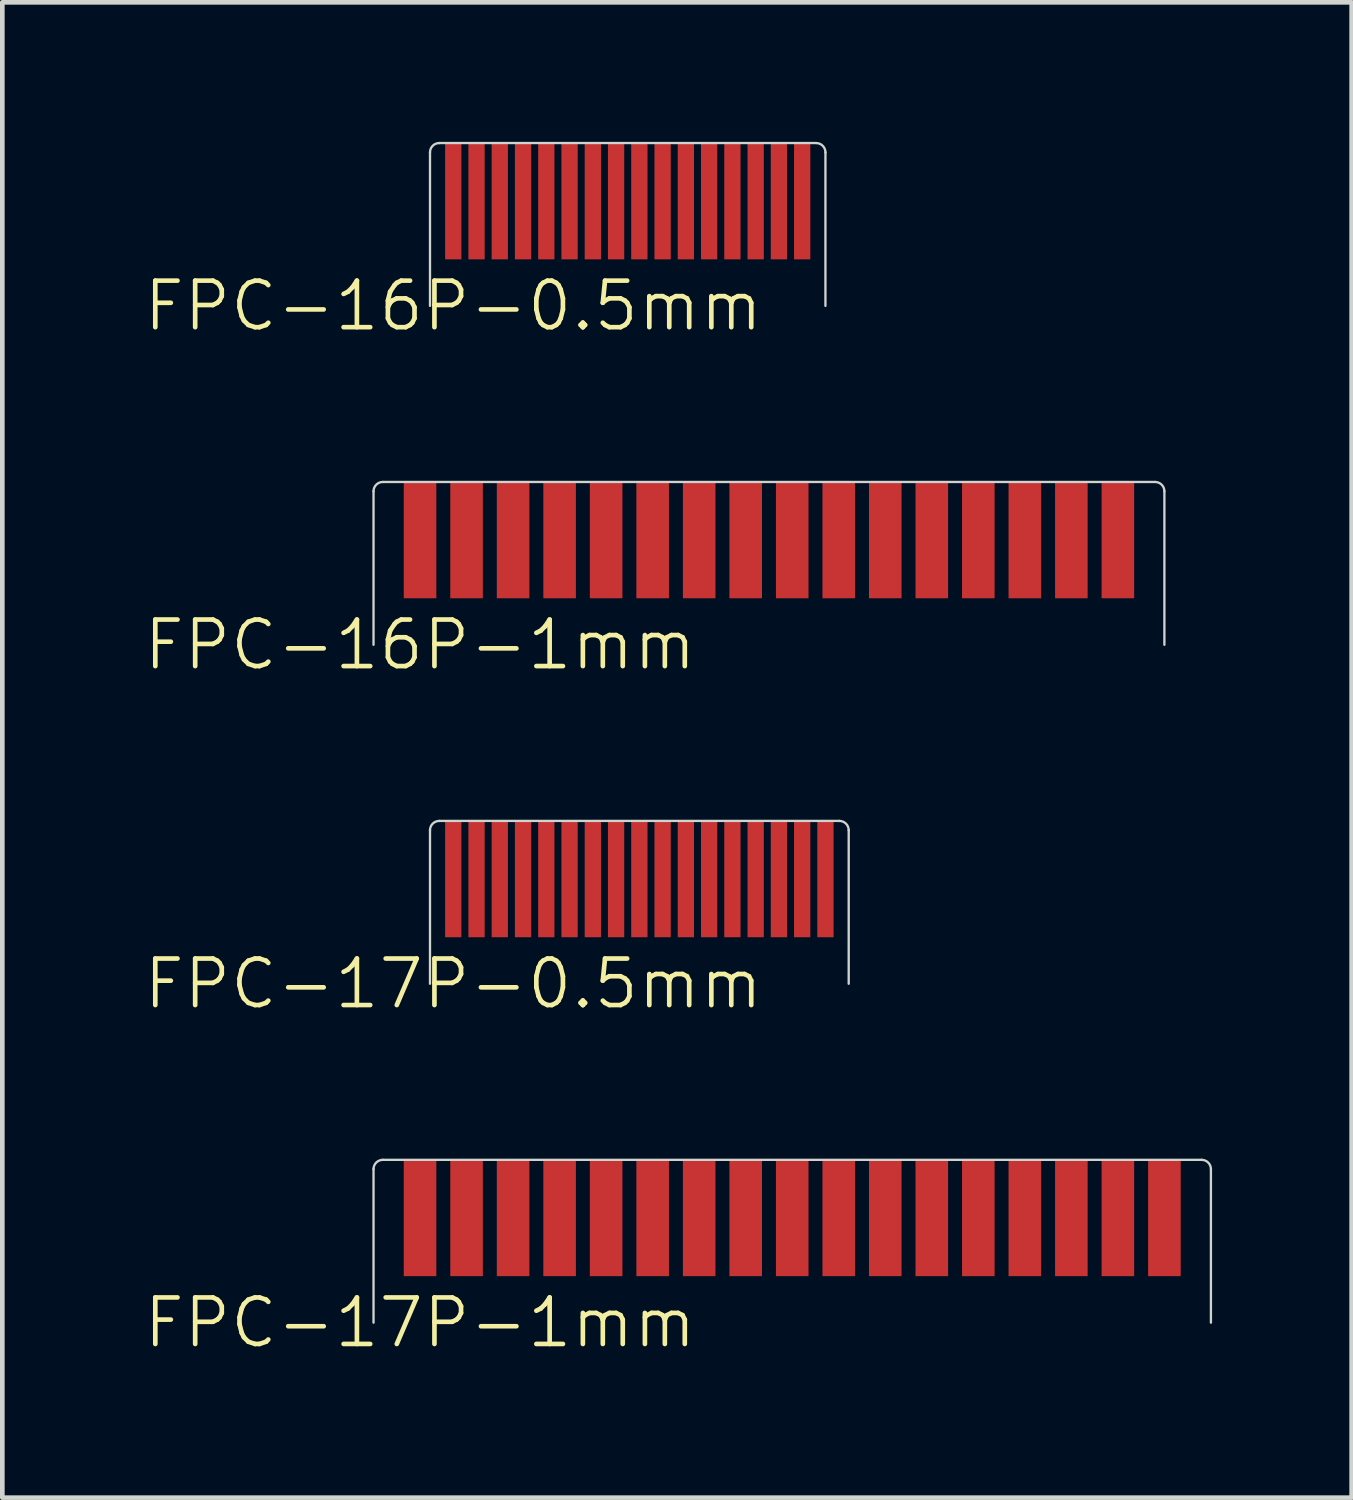
<source format=kicad_pcb>
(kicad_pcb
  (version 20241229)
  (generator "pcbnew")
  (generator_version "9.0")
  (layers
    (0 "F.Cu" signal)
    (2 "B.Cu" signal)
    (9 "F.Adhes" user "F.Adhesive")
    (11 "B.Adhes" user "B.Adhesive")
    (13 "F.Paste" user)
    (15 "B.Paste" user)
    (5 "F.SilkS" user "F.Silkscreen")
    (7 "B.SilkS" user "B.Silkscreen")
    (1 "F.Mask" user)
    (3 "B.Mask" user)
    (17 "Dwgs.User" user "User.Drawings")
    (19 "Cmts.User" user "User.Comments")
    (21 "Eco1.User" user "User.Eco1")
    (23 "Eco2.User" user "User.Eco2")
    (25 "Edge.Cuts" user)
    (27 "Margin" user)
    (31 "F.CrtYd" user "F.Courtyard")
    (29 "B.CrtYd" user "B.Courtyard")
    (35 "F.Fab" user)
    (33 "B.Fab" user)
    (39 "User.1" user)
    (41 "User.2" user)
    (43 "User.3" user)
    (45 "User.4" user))
  (footprint "FPC-17P-0.5mm"
    (layer "F.Cu")
    (at 6.693 15.846)
    (property "Reference" "FPC-17P-0.5mm" (at 0 2.25 0) (unlocked yes) (layer "F.SilkS") (effects (font (size 1 1) (thickness 0.1))))
    (attr smd)
    (fp_line (start -0.5 2.25) (end -0.5 -1.05) (stroke (width 0.05) (type default)) (layer "Edge.Cuts"))
    (fp_line (start -0.3 -1.25) (end 8.3 -1.25) (stroke (width 0.05) (type default)) (layer "Edge.Cuts"))
    (fp_line (start 8.5 2.25) (end 8.5 -1.05) (stroke (width 0.05) (type default)) (layer "Edge.Cuts"))
    (fp_arc (start -0.5 -1.05) (mid -0.441421 -1.191421) (end -0.3 -1.25) (stroke (width 0.05) (type default)) (layer "Edge.Cuts"))
    (fp_arc (start 8.3 -1.25) (mid 8.441421 -1.191421) (end 8.5 -1.05) (stroke (width 0.05) (type default)) (layer "Edge.Cuts"))
    (fp_line (start -0.5 2.25) (end -0.5 -1.05) (stroke (width 0.05) (type default)) (layer "User.1"))
    (fp_line (start -0.5 2.25) (end 8.5 2.25) (stroke (width 0.05) (type default)) (layer "User.1"))
    (fp_line (start -0.3 -1.25) (end 8.3 -1.25) (stroke (width 0.05) (type default)) (layer "User.1"))
    (fp_line (start 8.5 2.25) (end 8.5 -1.05) (stroke (width 0.05) (type default)) (layer "User.1"))
    (fp_arc (start -0.5 -1.05) (mid -0.441421 -1.191421) (end -0.3 -1.25) (stroke (width 0.05) (type default)) (layer "User.1"))
    (fp_arc (start 8.3 -1.25) (mid 8.441421 -1.191421) (end 8.5 -1.05) (stroke (width 0.05) (type default)) (layer "User.1"))
    (pad "1" smd rect (at 0 0 90) (size 2.5 0.35) (layers "F.Cu" "F.Mask" "F.Paste"))
    (pad "2" smd rect (at 0.5 0 90) (size 2.5 0.35) (layers "F.Cu" "F.Mask" "F.Paste"))
    (pad "3" smd rect (at 1 0 90) (size 2.5 0.35) (layers "F.Cu" "F.Mask" "F.Paste"))
    (pad "4" smd rect (at 1.5 0 90) (size 2.5 0.35) (layers "F.Cu" "F.Mask" "F.Paste"))
    (pad "5" smd rect (at 2 0 90) (size 2.5 0.35) (layers "F.Cu" "F.Mask" "F.Paste"))
    (pad "6" smd rect (at 2.5 0 90) (size 2.5 0.35) (layers "F.Cu" "F.Mask" "F.Paste"))
    (pad "7" smd rect (at 3 0 90) (size 2.5 0.35) (layers "F.Cu" "F.Mask" "F.Paste"))
    (pad "8" smd rect (at 3.5 0 90) (size 2.5 0.35) (layers "F.Cu" "F.Mask" "F.Paste"))
    (pad "9" smd rect (at 4 0 90) (size 2.5 0.35) (layers "F.Cu" "F.Mask" "F.Paste"))
    (pad "10" smd rect (at 4.5 0 90) (size 2.5 0.35) (layers "F.Cu" "F.Mask" "F.Paste"))
    (pad "11" smd rect (at 5 0 90) (size 2.5 0.35) (layers "F.Cu" "F.Mask" "F.Paste"))
    (pad "12" smd rect (at 5.5 0 90) (size 2.5 0.35) (layers "F.Cu" "F.Mask" "F.Paste"))
    (pad "13" smd rect (at 6 0 90) (size 2.5 0.35) (layers "F.Cu" "F.Mask" "F.Paste"))
    (pad "14" smd rect (at 6.5 0 90) (size 2.5 0.35) (layers "F.Cu" "F.Mask" "F.Paste"))
    (pad "15" smd rect (at 7 0 90) (size 2.5 0.35) (layers "F.Cu" "F.Mask" "F.Paste"))
    (pad "16" smd rect (at 7.5 0 90) (size 2.5 0.35) (layers "F.Cu" "F.Mask" "F.Paste"))
    (pad "17" smd rect (at 8 0 90) (size 2.5 0.35) (layers "F.Cu" "F.Mask" "F.Paste")))
  (footprint "FPC-16P-0.5mm"
    (layer "F.Cu")
    (at 6.693 1.275)
    (property "Reference" "FPC-16P-0.5mm" (at 0 2.25 0) (unlocked yes) (layer "F.SilkS") (effects (font (size 1 1) (thickness 0.1))))
    (attr smd)
    (fp_line (start -0.5 2.25) (end -0.5 -1.05) (stroke (width 0.05) (type default)) (layer "Edge.Cuts"))
    (fp_line (start -0.3 -1.25) (end 7.8 -1.25) (stroke (width 0.05) (type default)) (layer "Edge.Cuts"))
    (fp_line (start 8 2.25) (end 8 -1.05) (stroke (width 0.05) (type default)) (layer "Edge.Cuts"))
    (fp_arc (start -0.5 -1.05) (mid -0.441421 -1.191421) (end -0.3 -1.25) (stroke (width 0.05) (type default)) (layer "Edge.Cuts"))
    (fp_arc (start 7.8 -1.25) (mid 7.941421 -1.191421) (end 8 -1.05) (stroke (width 0.05) (type default)) (layer "Edge.Cuts"))
    (fp_line (start -0.5 2.25) (end -0.5 -1.05) (stroke (width 0.05) (type default)) (layer "User.1"))
    (fp_line (start -0.5 2.25) (end 8 2.25) (stroke (width 0.05) (type default)) (layer "User.1"))
    (fp_line (start -0.3 -1.25) (end 7.8 -1.25) (stroke (width 0.05) (type default)) (layer "User.1"))
    (fp_line (start 8 2.25) (end 8 -1.05) (stroke (width 0.05) (type default)) (layer "User.1"))
    (fp_arc (start -0.5 -1.05) (mid -0.441421 -1.191421) (end -0.3 -1.25) (stroke (width 0.05) (type default)) (layer "User.1"))
    (fp_arc (start 7.8 -1.25) (mid 7.941421 -1.191421) (end 8 -1.05) (stroke (width 0.05) (type default)) (layer "User.1"))
    (pad "1" smd rect (at 0 0 90) (size 2.5 0.35) (layers "F.Cu" "F.Mask" "F.Paste"))
    (pad "2" smd rect (at 0.5 0 90) (size 2.5 0.35) (layers "F.Cu" "F.Mask" "F.Paste"))
    (pad "3" smd rect (at 1 0 90) (size 2.5 0.35) (layers "F.Cu" "F.Mask" "F.Paste"))
    (pad "4" smd rect (at 1.5 0 90) (size 2.5 0.35) (layers "F.Cu" "F.Mask" "F.Paste"))
    (pad "5" smd rect (at 2 0 90) (size 2.5 0.35) (layers "F.Cu" "F.Mask" "F.Paste"))
    (pad "6" smd rect (at 2.5 0 90) (size 2.5 0.35) (layers "F.Cu" "F.Mask" "F.Paste"))
    (pad "7" smd rect (at 3 0 90) (size 2.5 0.35) (layers "F.Cu" "F.Mask" "F.Paste"))
    (pad "8" smd rect (at 3.5 0 90) (size 2.5 0.35) (layers "F.Cu" "F.Mask" "F.Paste"))
    (pad "9" smd rect (at 4 0 90) (size 2.5 0.35) (layers "F.Cu" "F.Mask" "F.Paste"))
    (pad "10" smd rect (at 4.5 0 90) (size 2.5 0.35) (layers "F.Cu" "F.Mask" "F.Paste"))
    (pad "11" smd rect (at 5 0 90) (size 2.5 0.35) (layers "F.Cu" "F.Mask" "F.Paste"))
    (pad "12" smd rect (at 5.5 0 90) (size 2.5 0.35) (layers "F.Cu" "F.Mask" "F.Paste"))
    (pad "13" smd rect (at 6 0 90) (size 2.5 0.35) (layers "F.Cu" "F.Mask" "F.Paste"))
    (pad "14" smd rect (at 6.5 0 90) (size 2.5 0.35) (layers "F.Cu" "F.Mask" "F.Paste"))
    (pad "15" smd rect (at 7 0 90) (size 2.5 0.35) (layers "F.Cu" "F.Mask" "F.Paste"))
    (pad "16" smd rect (at 7.5 0 90) (size 2.5 0.35) (layers "F.Cu" "F.Mask" "F.Paste")))
  (footprint "FPC-16P-1mm"
    (layer "F.Cu")
    (at 5.979 8.56)
    (property "Reference" "FPC-16P-1mm" (at 0 2.25 0) (unlocked yes) (layer "F.SilkS") (effects (font (size 1 1) (thickness 0.1))))
    (attr smd)
    (fp_line (start -1 2.25) (end -1 -1.05) (stroke (width 0.05) (type default)) (layer "Edge.Cuts"))
    (fp_line (start -0.8 -1.25) (end 15.8 -1.25) (stroke (width 0.05) (type default)) (layer "Edge.Cuts"))
    (fp_line (start 16 2.25) (end 16 -1.05) (stroke (width 0.05) (type default)) (layer "Edge.Cuts"))
    (fp_arc (start -1 -1.05) (mid -0.941421 -1.191421) (end -0.8 -1.25) (stroke (width 0.05) (type default)) (layer "Edge.Cuts"))
    (fp_arc (start 15.8 -1.25) (mid 15.941421 -1.191421) (end 16 -1.05) (stroke (width 0.05) (type default)) (layer "Edge.Cuts"))
    (fp_line (start -1 2.25) (end -1 -1.05) (stroke (width 0.05) (type default)) (layer "User.1"))
    (fp_line (start -1 2.25) (end 16 2.25) (stroke (width 0.05) (type default)) (layer "User.1"))
    (fp_line (start -0.8 -1.25) (end 15.8 -1.25) (stroke (width 0.05) (type default)) (layer "User.1"))
    (fp_line (start 16 2.25) (end 16 -1.05) (stroke (width 0.05) (type default)) (layer "User.1"))
    (fp_arc (start -1 -1.05) (mid -0.941421 -1.191421) (end -0.8 -1.25) (stroke (width 0.05) (type default)) (layer "User.1"))
    (fp_arc (start 15.8 -1.25) (mid 15.941421 -1.191421) (end 16 -1.05) (stroke (width 0.05) (type default)) (layer "User.1"))
    (pad "1" smd rect (at 0 0 90) (size 2.5 0.7) (layers "F.Cu" "F.Mask" "F.Paste"))
    (pad "2" smd rect (at 1 0 90) (size 2.5 0.7) (layers "F.Cu" "F.Mask" "F.Paste"))
    (pad "3" smd rect (at 2 0 90) (size 2.5 0.7) (layers "F.Cu" "F.Mask" "F.Paste"))
    (pad "4" smd rect (at 3 0 90) (size 2.5 0.7) (layers "F.Cu" "F.Mask" "F.Paste"))
    (pad "5" smd rect (at 4 0 90) (size 2.5 0.7) (layers "F.Cu" "F.Mask" "F.Paste"))
    (pad "6" smd rect (at 5 0 90) (size 2.5 0.7) (layers "F.Cu" "F.Mask" "F.Paste"))
    (pad "7" smd rect (at 6 0 90) (size 2.5 0.7) (layers "F.Cu" "F.Mask" "F.Paste"))
    (pad "8" smd rect (at 7 0 90) (size 2.5 0.7) (layers "F.Cu" "F.Mask" "F.Paste"))
    (pad "9" smd rect (at 8 0 90) (size 2.5 0.7) (layers "F.Cu" "F.Mask" "F.Paste"))
    (pad "10" smd rect (at 9 0 90) (size 2.5 0.7) (layers "F.Cu" "F.Mask" "F.Paste"))
    (pad "11" smd rect (at 10 0 90) (size 2.5 0.7) (layers "F.Cu" "F.Mask" "F.Paste"))
    (pad "12" smd rect (at 11 0 90) (size 2.5 0.7) (layers "F.Cu" "F.Mask" "F.Paste"))
    (pad "13" smd rect (at 12 0 90) (size 2.5 0.7) (layers "F.Cu" "F.Mask" "F.Paste"))
    (pad "14" smd rect (at 13 0 90) (size 2.5 0.7) (layers "F.Cu" "F.Mask" "F.Paste"))
    (pad "15" smd rect (at 14 0 90) (size 2.5 0.7) (layers "F.Cu" "F.Mask" "F.Paste"))
    (pad "16" smd rect (at 15 0 90) (size 2.5 0.7) (layers "F.Cu" "F.Mask" "F.Paste")))
  (footprint "FPC-17P-1mm"
    (layer "F.Cu")
    (at 5.979 23.131)
    (property "Reference" "FPC-17P-1mm" (at 0 2.25 0) (unlocked yes) (layer "F.SilkS") (effects (font (size 1 1) (thickness 0.1))))
    (attr smd)
    (fp_line (start -1 2.25) (end -1 -1.05) (stroke (width 0.05) (type default)) (layer "Edge.Cuts"))
    (fp_line (start -0.8 -1.25) (end 16.8 -1.25) (stroke (width 0.05) (type default)) (layer "Edge.Cuts"))
    (fp_line (start 17 2.25) (end 17 -1.05) (stroke (width 0.05) (type default)) (layer "Edge.Cuts"))
    (fp_arc (start -1 -1.05) (mid -0.941421 -1.191421) (end -0.8 -1.25) (stroke (width 0.05) (type default)) (layer "Edge.Cuts"))
    (fp_arc (start 16.8 -1.25) (mid 16.941421 -1.191421) (end 17 -1.05) (stroke (width 0.05) (type default)) (layer "Edge.Cuts"))
    (fp_line (start -1 2.25) (end -1 -1.05) (stroke (width 0.05) (type default)) (layer "User.1"))
    (fp_line (start -1 2.25) (end 17 2.25) (stroke (width 0.05) (type default)) (layer "User.1"))
    (fp_line (start -0.8 -1.25) (end 16.8 -1.25) (stroke (width 0.05) (type default)) (layer "User.1"))
    (fp_line (start 17 2.25) (end 17 -1.05) (stroke (width 0.05) (type default)) (layer "User.1"))
    (fp_arc (start -1 -1.05) (mid -0.941421 -1.191421) (end -0.8 -1.25) (stroke (width 0.05) (type default)) (layer "User.1"))
    (fp_arc (start 16.8 -1.25) (mid 16.941421 -1.191421) (end 17 -1.05) (stroke (width 0.05) (type default)) (layer "User.1"))
    (pad "1" smd rect (at 0 0 90) (size 2.5 0.7) (layers "F.Cu" "F.Mask" "F.Paste"))
    (pad "2" smd rect (at 1 0 90) (size 2.5 0.7) (layers "F.Cu" "F.Mask" "F.Paste"))
    (pad "3" smd rect (at 2 0 90) (size 2.5 0.7) (layers "F.Cu" "F.Mask" "F.Paste"))
    (pad "4" smd rect (at 3 0 90) (size 2.5 0.7) (layers "F.Cu" "F.Mask" "F.Paste"))
    (pad "5" smd rect (at 4 0 90) (size 2.5 0.7) (layers "F.Cu" "F.Mask" "F.Paste"))
    (pad "6" smd rect (at 5 0 90) (size 2.5 0.7) (layers "F.Cu" "F.Mask" "F.Paste"))
    (pad "7" smd rect (at 6 0 90) (size 2.5 0.7) (layers "F.Cu" "F.Mask" "F.Paste"))
    (pad "8" smd rect (at 7 0 90) (size 2.5 0.7) (layers "F.Cu" "F.Mask" "F.Paste"))
    (pad "9" smd rect (at 8 0 90) (size 2.5 0.7) (layers "F.Cu" "F.Mask" "F.Paste"))
    (pad "10" smd rect (at 9 0 90) (size 2.5 0.7) (layers "F.Cu" "F.Mask" "F.Paste"))
    (pad "11" smd rect (at 10 0 90) (size 2.5 0.7) (layers "F.Cu" "F.Mask" "F.Paste"))
    (pad "12" smd rect (at 11 0 90) (size 2.5 0.7) (layers "F.Cu" "F.Mask" "F.Paste"))
    (pad "13" smd rect (at 12 0 90) (size 2.5 0.7) (layers "F.Cu" "F.Mask" "F.Paste"))
    (pad "14" smd rect (at 13 0 90) (size 2.5 0.7) (layers "F.Cu" "F.Mask" "F.Paste"))
    (pad "15" smd rect (at 14 0 90) (size 2.5 0.7) (layers "F.Cu" "F.Mask" "F.Paste"))
    (pad "16" smd rect (at 15 0 90) (size 2.5 0.7) (layers "F.Cu" "F.Mask" "F.Paste"))
    (pad "17" smd rect (at 16 0 90) (size 2.5 0.7) (layers "F.Cu" "F.Mask" "F.Paste")))
  (gr_rect
    (start -3 -3)
    (end 26.004 29.142)
    (stroke (width 0.1) (type default))
    (fill no)
    (layer "Edge.Cuts")))
</source>
